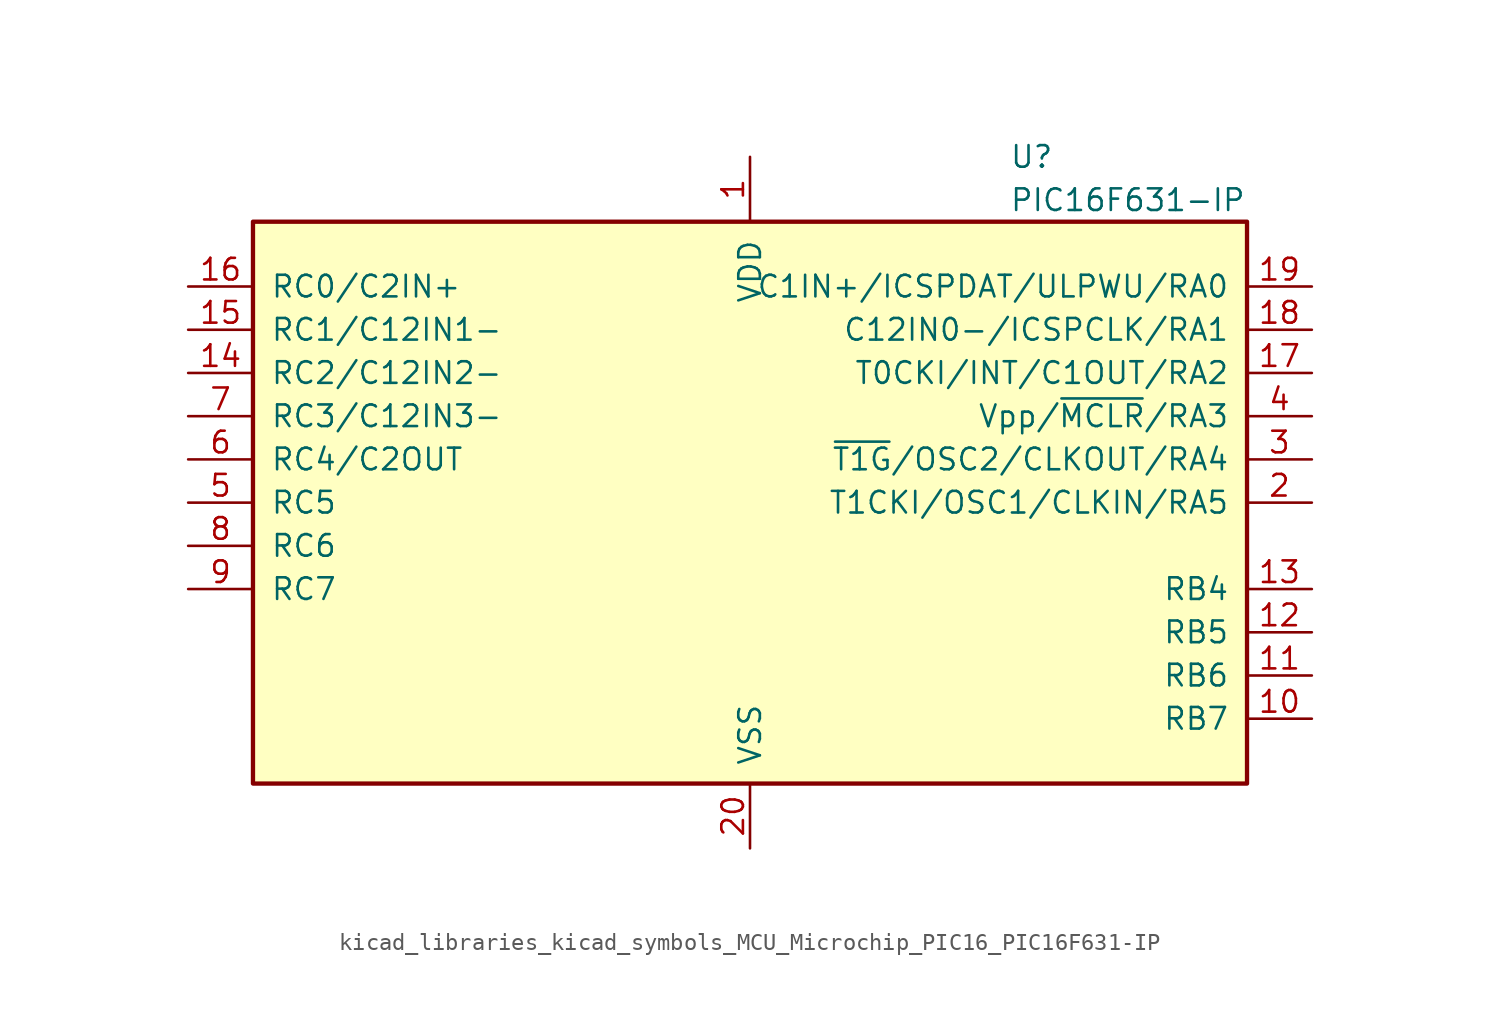
<source format=kicad_sym>
(kicad_symbol_lib
  (version 20220914)
  (generator kicad_symbol_editor)
  (symbol "kicad_libraries_kicad_symbols_MCU_Microchip_PIC16_PIC16F631-IP"
    (pin_names
      (offset 1.016))
    (property "Reference" "U"
      (at 15.24 20.32 0)
      (effects (font (size 1.27 1.27)) (justify left)))
    (property "Value" "PIC16F631-IP"
      (at 15.24 17.78 0)
      (effects (font (size 1.27 1.27)) (justify left)))
    (symbol "kicad_libraries_kicad_symbols_MCU_Microchip_PIC16_PIC16F631-IP_0_1"
      (rectangle (start -29.21 16.51) (end 29.21 -16.51) (stroke (width 0.254) (type default)) (fill (type background))))
    (symbol "kicad_libraries_kicad_symbols_MCU_Microchip_PIC16_PIC16F631-IP_1_1"
      (pin power_in line (at 0 20.32 270) (length 3.81) (name "VDD" (effects (font (size 1.27 1.27)))) (number "1" (effects (font (size 1.27 1.27)))))
      (pin bidirectional line (at 33.02 -12.7 180) (length 3.81) (name "RB7" (effects (font (size 1.27 1.27)))) (number "10" (effects (font (size 1.27 1.27)))))
      (pin bidirectional line (at 33.02 -10.16 180) (length 3.81) (name "RB6" (effects (font (size 1.27 1.27)))) (number "11" (effects (font (size 1.27 1.27)))))
      (pin bidirectional line (at 33.02 -7.62 180) (length 3.81) (name "RB5" (effects (font (size 1.27 1.27)))) (number "12" (effects (font (size 1.27 1.27)))))
      (pin bidirectional line (at 33.02 -5.08 180) (length 3.81) (name "RB4" (effects (font (size 1.27 1.27)))) (number "13" (effects (font (size 1.27 1.27)))))
      (pin bidirectional line (at -33.02 7.62 0) (length 3.81) (name "RC2/C12IN2-" (effects (font (size 1.27 1.27)))) (number "14" (effects (font (size 1.27 1.27)))))
      (pin bidirectional line (at -33.02 10.16 0) (length 3.81) (name "RC1/C12IN1-" (effects (font (size 1.27 1.27)))) (number "15" (effects (font (size 1.27 1.27)))))
      (pin bidirectional line (at -33.02 12.7 0) (length 3.81) (name "RC0/C2IN+" (effects (font (size 1.27 1.27)))) (number "16" (effects (font (size 1.27 1.27)))))
      (pin bidirectional line (at 33.02 7.62 180) (length 3.81) (name "T0CKI/INT/C1OUT/RA2" (effects (font (size 1.27 1.27)))) (number "17" (effects (font (size 1.27 1.27)))))
      (pin bidirectional line (at 33.02 10.16 180) (length 3.81) (name "C12IN0-/ICSPCLK/RA1" (effects (font (size 1.27 1.27)))) (number "18" (effects (font (size 1.27 1.27)))))
      (pin bidirectional line (at 33.02 12.7 180) (length 3.81) (name "C1IN+/ICSPDAT/ULPWU/RA0" (effects (font (size 1.27 1.27)))) (number "19" (effects (font (size 1.27 1.27)))))
      (pin bidirectional line (at 33.02 0 180) (length 3.81) (name "T1CKI/OSC1/CLKIN/RA5" (effects (font (size 1.27 1.27)))) (number "2" (effects (font (size 1.27 1.27)))))
      (pin power_in line (at 0 -20.32 90) (length 3.81) (name "VSS" (effects (font (size 1.27 1.27)))) (number "20" (effects (font (size 1.27 1.27)))))
      (pin bidirectional line (at 33.02 2.54 180) (length 3.81) (name "~{T1G}/OSC2/CLKOUT/RA4" (effects (font (size 1.27 1.27)))) (number "3" (effects (font (size 1.27 1.27)))))
      (pin input line (at 33.02 5.08 180) (length 3.81) (name "Vpp/~{MCLR}/RA3" (effects (font (size 1.27 1.27)))) (number "4" (effects (font (size 1.27 1.27)))))
      (pin bidirectional line (at -33.02 0 0) (length 3.81) (name "RC5" (effects (font (size 1.27 1.27)))) (number "5" (effects (font (size 1.27 1.27)))))
      (pin bidirectional line (at -33.02 2.54 0) (length 3.81) (name "RC4/C2OUT" (effects (font (size 1.27 1.27)))) (number "6" (effects (font (size 1.27 1.27)))))
      (pin bidirectional line (at -33.02 5.08 0) (length 3.81) (name "RC3/C12IN3-" (effects (font (size 1.27 1.27)))) (number "7" (effects (font (size 1.27 1.27)))))
      (pin bidirectional line (at -33.02 -2.54 0) (length 3.81) (name "RC6" (effects (font (size 1.27 1.27)))) (number "8" (effects (font (size 1.27 1.27)))))
      (pin bidirectional line (at -33.02 -5.08 0) (length 3.81) (name "RC7" (effects (font (size 1.27 1.27)))) (number "9" (effects (font (size 1.27 1.27))))))))
</source>
